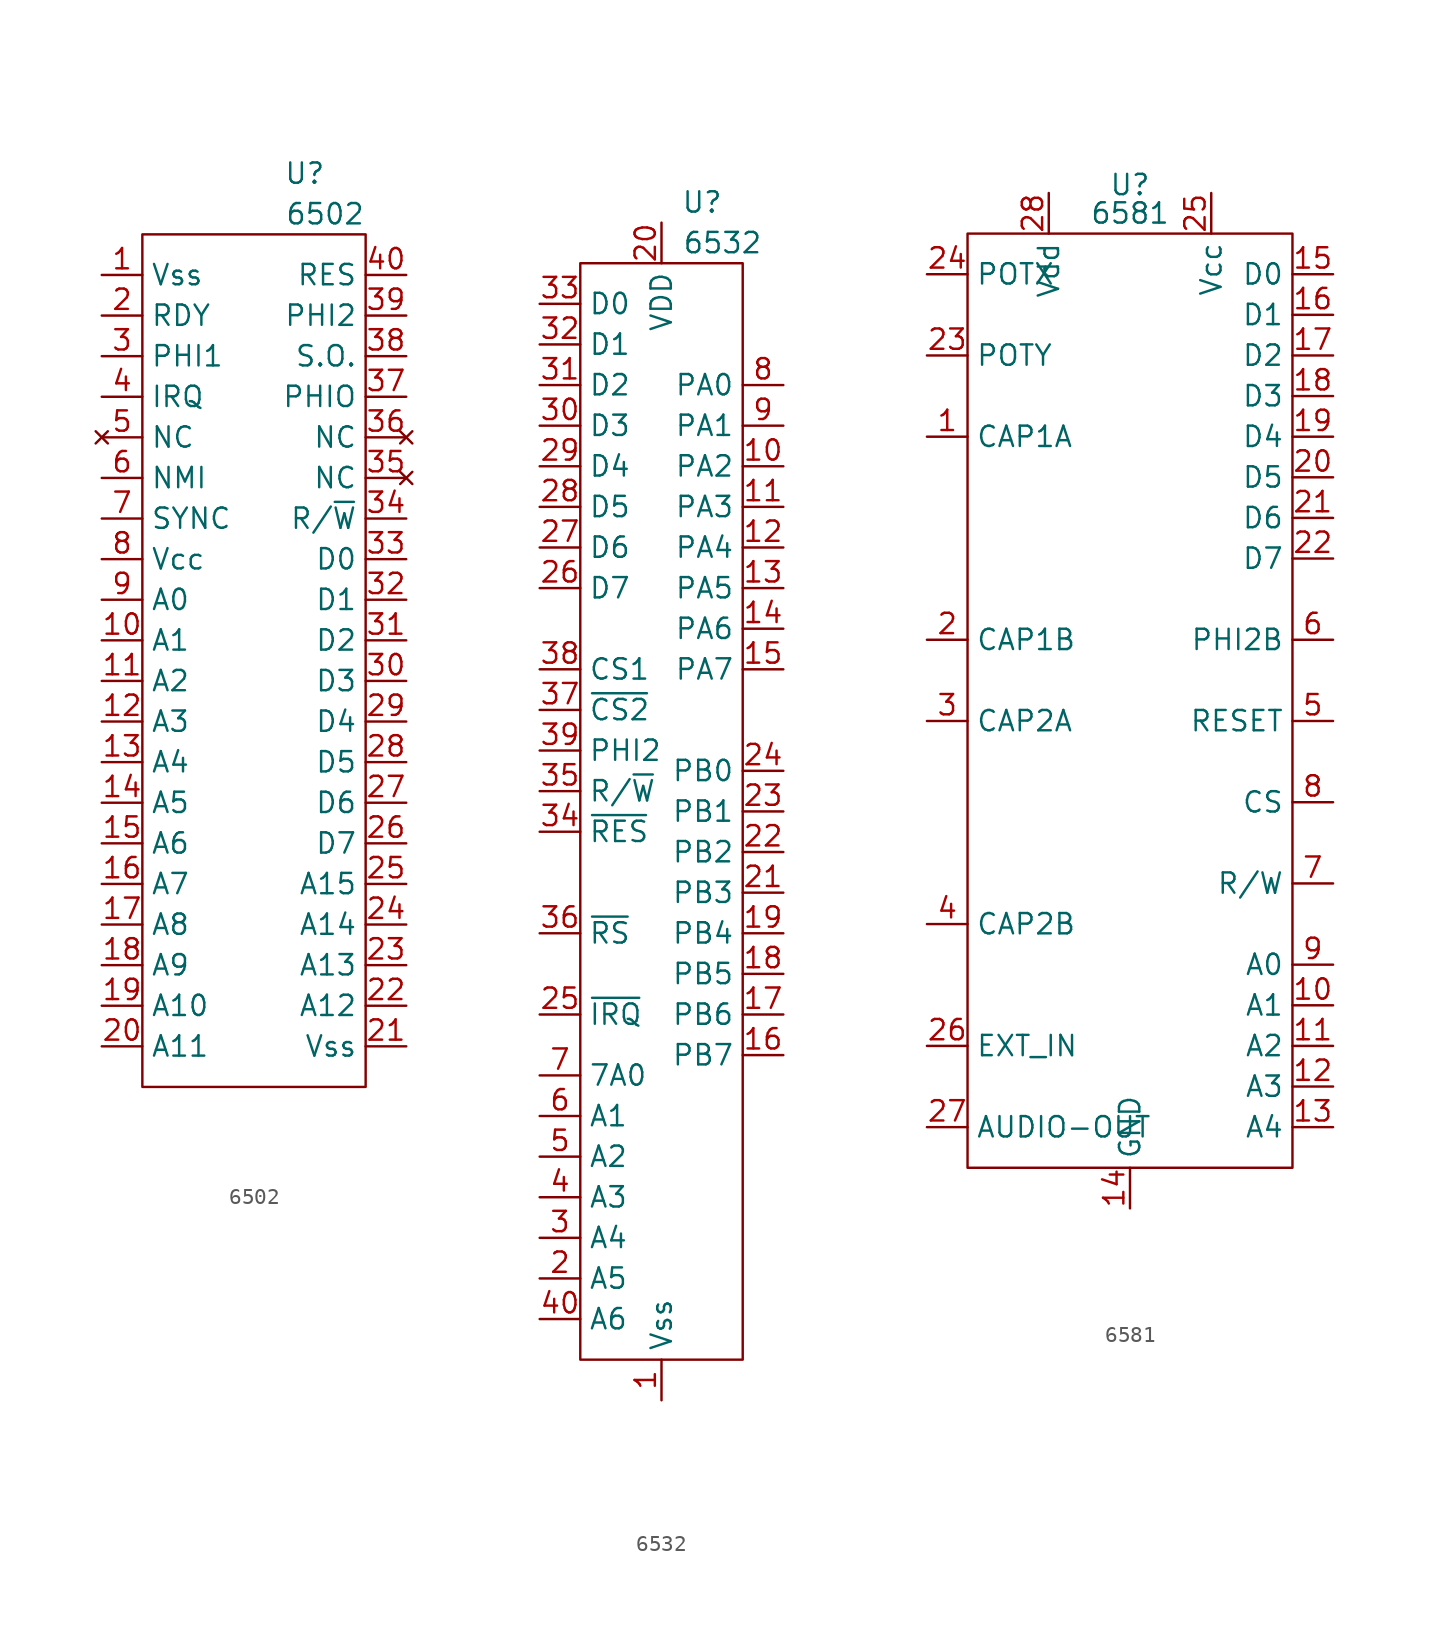
<source format=kicad_sym>
(kicad_symbol_lib
  (version 20231120)
  (generator "kicad_symbol_editor")
  (generator_version "8.0")
  (symbol "6502"
    (property "Reference" "U"
      (at 2.54 3.81 0)
      (effects (font (size 1.27 1.27))))
    (property "Value" "6502"
      (at 3.81 1.27 0)
      (effects (font (size 1.27 1.27))))
    (symbol "6502_0_1"
      (rectangle (start -7.62 0) (end 6.35 -53.34) (stroke (width 0.152) (type default)) (fill (type none))))
    (symbol "6502_1_1"
      (pin power_in line (at -10.16 -2.54 0) (length 2.54) (name "Vss" (effects (font (size 1.27 1.27)))) (number "1" (effects (font (size 1.27 1.27)))))
      (pin output line (at -10.16 -25.4 0) (length 2.54) (name "A1" (effects (font (size 1.27 1.27)))) (number "10" (effects (font (size 1.27 1.27)))))
      (pin output line (at -10.16 -27.94 0) (length 2.54) (name "A2" (effects (font (size 1.27 1.27)))) (number "11" (effects (font (size 1.27 1.27)))))
      (pin output line (at -10.16 -30.48 0) (length 2.54) (name "A3" (effects (font (size 1.27 1.27)))) (number "12" (effects (font (size 1.27 1.27)))))
      (pin output line (at -10.16 -33.02 0) (length 2.54) (name "A4" (effects (font (size 1.27 1.27)))) (number "13" (effects (font (size 1.27 1.27)))))
      (pin output line (at -10.16 -35.56 0) (length 2.54) (name "A5" (effects (font (size 1.27 1.27)))) (number "14" (effects (font (size 1.27 1.27)))))
      (pin output line (at -10.16 -38.1 0) (length 2.54) (name "A6" (effects (font (size 1.27 1.27)))) (number "15" (effects (font (size 1.27 1.27)))))
      (pin output line (at -10.16 -40.64 0) (length 2.54) (name "A7" (effects (font (size 1.27 1.27)))) (number "16" (effects (font (size 1.27 1.27)))))
      (pin output line (at -10.16 -43.18 0) (length 2.54) (name "A8" (effects (font (size 1.27 1.27)))) (number "17" (effects (font (size 1.27 1.27)))))
      (pin output line (at -10.16 -45.72 0) (length 2.54) (name "A9" (effects (font (size 1.27 1.27)))) (number "18" (effects (font (size 1.27 1.27)))))
      (pin output line (at -10.16 -48.26 0) (length 2.54) (name "A10" (effects (font (size 1.27 1.27)))) (number "19" (effects (font (size 1.27 1.27)))))
      (pin input line (at -10.16 -5.08 0) (length 2.54) (name "RDY" (effects (font (size 1.27 1.27)))) (number "2" (effects (font (size 1.27 1.27)))))
      (pin output line (at -10.16 -50.8 0) (length 2.54) (name "A11" (effects (font (size 1.27 1.27)))) (number "20" (effects (font (size 1.27 1.27)))))
      (pin power_in line (at 8.89 -50.8 180) (length 2.54) (name "Vss" (effects (font (size 1.27 1.27)))) (number "21" (effects (font (size 1.27 1.27)))))
      (pin output line (at 8.89 -48.26 180) (length 2.54) (name "A12" (effects (font (size 1.27 1.27)))) (number "22" (effects (font (size 1.27 1.27)))))
      (pin output line (at 8.89 -45.72 180) (length 2.54) (name "A13" (effects (font (size 1.27 1.27)))) (number "23" (effects (font (size 1.27 1.27)))))
      (pin output line (at 8.89 -43.18 180) (length 2.54) (name "A14" (effects (font (size 1.27 1.27)))) (number "24" (effects (font (size 1.27 1.27)))))
      (pin output line (at 8.89 -40.64 180) (length 2.54) (name "A15" (effects (font (size 1.27 1.27)))) (number "25" (effects (font (size 1.27 1.27)))))
      (pin bidirectional line (at 8.89 -38.1 180) (length 2.54) (name "D7" (effects (font (size 1.27 1.27)))) (number "26" (effects (font (size 1.27 1.27)))))
      (pin bidirectional line (at 8.89 -35.56 180) (length 2.54) (name "D6" (effects (font (size 1.27 1.27)))) (number "27" (effects (font (size 1.27 1.27)))))
      (pin bidirectional line (at 8.89 -33.02 180) (length 2.54) (name "D5" (effects (font (size 1.27 1.27)))) (number "28" (effects (font (size 1.27 1.27)))))
      (pin bidirectional line (at 8.89 -30.48 180) (length 2.54) (name "D4" (effects (font (size 1.27 1.27)))) (number "29" (effects (font (size 1.27 1.27)))))
      (pin output line (at -10.16 -7.62 0) (length 2.54) (name "PHI1" (effects (font (size 1.27 1.27)))) (number "3" (effects (font (size 1.27 1.27)))))
      (pin bidirectional line (at 8.89 -27.94 180) (length 2.54) (name "D3" (effects (font (size 1.27 1.27)))) (number "30" (effects (font (size 1.27 1.27)))))
      (pin bidirectional line (at 8.89 -25.4 180) (length 2.54) (name "D2" (effects (font (size 1.27 1.27)))) (number "31" (effects (font (size 1.27 1.27)))))
      (pin bidirectional line (at 8.89 -22.86 180) (length 2.54) (name "D1" (effects (font (size 1.27 1.27)))) (number "32" (effects (font (size 1.27 1.27)))))
      (pin bidirectional line (at 8.89 -20.32 180) (length 2.54) (name "D0" (effects (font (size 1.27 1.27)))) (number "33" (effects (font (size 1.27 1.27)))))
      (pin output line (at 8.89 -17.78 180) (length 2.54) (name "R/~{W}" (effects (font (size 1.27 1.27)))) (number "34" (effects (font (size 1.27 1.27)))))
      (pin no_connect line (at 8.89 -15.24 180) (length 2.54) (name "NC" (effects (font (size 1.27 1.27)))) (number "35" (effects (font (size 1.27 1.27)))))
      (pin no_connect line (at 8.89 -12.7 180) (length 2.54) (name "NC" (effects (font (size 1.27 1.27)))) (number "36" (effects (font (size 1.27 1.27)))))
      (pin input line (at 8.89 -10.16 180) (length 2.54) (name "PHIO" (effects (font (size 1.27 1.27)))) (number "37" (effects (font (size 1.27 1.27)))))
      (pin input line (at 8.89 -7.62 180) (length 2.54) (name "S.O." (effects (font (size 1.27 1.27)))) (number "38" (effects (font (size 1.27 1.27)))))
      (pin output line (at 8.89 -5.08 180) (length 2.54) (name "PHI2" (effects (font (size 1.27 1.27)))) (number "39" (effects (font (size 1.27 1.27)))))
      (pin input line (at -10.16 -10.16 0) (length 2.54) (name "IRQ" (effects (font (size 1.27 1.27)))) (number "4" (effects (font (size 1.27 1.27)))))
      (pin input line (at 8.89 -2.54 180) (length 2.54) (name "RES" (effects (font (size 1.27 1.27)))) (number "40" (effects (font (size 1.27 1.27)))))
      (pin no_connect line (at -10.16 -12.7 0) (length 2.54) (name "NC" (effects (font (size 1.27 1.27)))) (number "5" (effects (font (size 1.27 1.27)))))
      (pin input line (at -10.16 -15.24 0) (length 2.54) (name "NMI" (effects (font (size 1.27 1.27)))) (number "6" (effects (font (size 1.27 1.27)))))
      (pin output line (at -10.16 -17.78 0) (length 2.54) (name "SYNC" (effects (font (size 1.27 1.27)))) (number "7" (effects (font (size 1.27 1.27)))))
      (pin power_in line (at -10.16 -20.32 0) (length 2.54) (name "Vcc" (effects (font (size 1.27 1.27)))) (number "8" (effects (font (size 1.27 1.27)))))
      (pin output line (at -10.16 -22.86 0) (length 2.54) (name "A0" (effects (font (size 1.27 1.27)))) (number "9" (effects (font (size 1.27 1.27)))))))
  (symbol "6532"
    (property "Reference" "U"
      (at 2.54 3.81 0)
      (effects (font (size 1.27 1.27))))
    (property "Value" "6532"
      (at 3.81 1.27 0)
      (effects (font (size 1.27 1.27))))
    (symbol "6532_0_1"
      (rectangle (start -5.08 0) (end 5.08 -68.58) (stroke (width 0.152) (type default)) (fill (type none))))
    (symbol "6532_1_1"
      (pin power_in line (at 0 -71.12 90) (length 2.54) (name "Vss" (effects (font (size 1.27 1.27)))) (number "1" (effects (font (size 1.27 1.27)))))
      (pin bidirectional line (at 7.62 -12.7 180) (length 2.54) (name "PA2" (effects (font (size 1.27 1.27)))) (number "10" (effects (font (size 1.27 1.27)))))
      (pin bidirectional line (at 7.62 -15.24 180) (length 2.54) (name "PA3" (effects (font (size 1.27 1.27)))) (number "11" (effects (font (size 1.27 1.27)))))
      (pin bidirectional line (at 7.62 -17.78 180) (length 2.54) (name "PA4" (effects (font (size 1.27 1.27)))) (number "12" (effects (font (size 1.27 1.27)))))
      (pin bidirectional line (at 7.62 -20.32 180) (length 2.54) (name "PA5" (effects (font (size 1.27 1.27)))) (number "13" (effects (font (size 1.27 1.27)))))
      (pin bidirectional line (at 7.62 -22.86 180) (length 2.54) (name "PA6" (effects (font (size 1.27 1.27)))) (number "14" (effects (font (size 1.27 1.27)))))
      (pin bidirectional line (at 7.62 -25.4 180) (length 2.54) (name "PA7" (effects (font (size 1.27 1.27)))) (number "15" (effects (font (size 1.27 1.27)))))
      (pin bidirectional line (at 7.62 -49.53 180) (length 2.54) (name "PB7" (effects (font (size 1.27 1.27)))) (number "16" (effects (font (size 1.27 1.27)))))
      (pin bidirectional line (at 7.62 -46.99 180) (length 2.54) (name "PB6" (effects (font (size 1.27 1.27)))) (number "17" (effects (font (size 1.27 1.27)))))
      (pin bidirectional line (at 7.62 -44.45 180) (length 2.54) (name "PB5" (effects (font (size 1.27 1.27)))) (number "18" (effects (font (size 1.27 1.27)))))
      (pin bidirectional line (at 7.62 -41.91 180) (length 2.54) (name "PB4" (effects (font (size 1.27 1.27)))) (number "19" (effects (font (size 1.27 1.27)))))
      (pin input line (at -7.62 -63.5 0) (length 2.54) (name "A5" (effects (font (size 1.27 1.27)))) (number "2" (effects (font (size 1.27 1.27)))))
      (pin power_in line (at 0 2.54 270) (length 2.54) (name "VDD" (effects (font (size 1.27 1.27)))) (number "20" (effects (font (size 1.27 1.27)))))
      (pin bidirectional line (at 7.62 -39.37 180) (length 2.54) (name "PB3" (effects (font (size 1.27 1.27)))) (number "21" (effects (font (size 1.27 1.27)))))
      (pin bidirectional line (at 7.62 -36.83 180) (length 2.54) (name "PB2" (effects (font (size 1.27 1.27)))) (number "22" (effects (font (size 1.27 1.27)))))
      (pin bidirectional line (at 7.62 -34.29 180) (length 2.54) (name "PB1" (effects (font (size 1.27 1.27)))) (number "23" (effects (font (size 1.27 1.27)))))
      (pin bidirectional line (at 7.62 -31.75 180) (length 2.54) (name "PB0" (effects (font (size 1.27 1.27)))) (number "24" (effects (font (size 1.27 1.27)))))
      (pin output line (at -7.62 -46.99 0) (length 2.54) (name "~{IRQ}" (effects (font (size 1.27 1.27)))) (number "25" (effects (font (size 1.27 1.27)))))
      (pin bidirectional line (at -7.62 -20.32 0) (length 2.54) (name "D7" (effects (font (size 1.27 1.27)))) (number "26" (effects (font (size 1.27 1.27)))))
      (pin bidirectional line (at -7.62 -17.78 0) (length 2.54) (name "D6" (effects (font (size 1.27 1.27)))) (number "27" (effects (font (size 1.27 1.27)))))
      (pin bidirectional line (at -7.62 -15.24 0) (length 2.54) (name "D5" (effects (font (size 1.27 1.27)))) (number "28" (effects (font (size 1.27 1.27)))))
      (pin bidirectional line (at -7.62 -12.7 0) (length 2.54) (name "D4" (effects (font (size 1.27 1.27)))) (number "29" (effects (font (size 1.27 1.27)))))
      (pin input line (at -7.62 -60.96 0) (length 2.54) (name "A4" (effects (font (size 1.27 1.27)))) (number "3" (effects (font (size 1.27 1.27)))))
      (pin bidirectional line (at -7.62 -10.16 0) (length 2.54) (name "D3" (effects (font (size 1.27 1.27)))) (number "30" (effects (font (size 1.27 1.27)))))
      (pin bidirectional line (at -7.62 -7.62 0) (length 2.54) (name "D2" (effects (font (size 1.27 1.27)))) (number "31" (effects (font (size 1.27 1.27)))))
      (pin bidirectional line (at -7.62 -5.08 0) (length 2.54) (name "D1" (effects (font (size 1.27 1.27)))) (number "32" (effects (font (size 1.27 1.27)))))
      (pin bidirectional line (at -7.62 -2.54 0) (length 2.54) (name "D0" (effects (font (size 1.27 1.27)))) (number "33" (effects (font (size 1.27 1.27)))))
      (pin input line (at -7.62 -35.56 0) (length 2.54) (name "~{RES}" (effects (font (size 1.27 1.27)))) (number "34" (effects (font (size 1.27 1.27)))))
      (pin input line (at -7.62 -33.02 0) (length 2.54) (name "R/~{W}" (effects (font (size 1.27 1.27)))) (number "35" (effects (font (size 1.27 1.27)))))
      (pin input line (at -7.62 -41.91 0) (length 2.54) (name "~{RS}" (effects (font (size 1.27 1.27)))) (number "36" (effects (font (size 1.27 1.27)))))
      (pin input line (at -7.62 -27.94 0) (length 2.54) (name "~{CS2}" (effects (font (size 1.27 1.27)))) (number "37" (effects (font (size 1.27 1.27)))))
      (pin input line (at -7.62 -25.4 0) (length 2.54) (name "CS1" (effects (font (size 1.27 1.27)))) (number "38" (effects (font (size 1.27 1.27)))))
      (pin input line (at -7.62 -30.48 0) (length 2.54) (name "PHI2" (effects (font (size 1.27 1.27)))) (number "39" (effects (font (size 1.27 1.27)))))
      (pin input line (at -7.62 -58.42 0) (length 2.54) (name "A3" (effects (font (size 1.27 1.27)))) (number "4" (effects (font (size 1.27 1.27)))))
      (pin input line (at -7.62 -66.04 0) (length 2.54) (name "A6" (effects (font (size 1.27 1.27)))) (number "40" (effects (font (size 1.27 1.27)))))
      (pin input line (at -7.62 -55.88 0) (length 2.54) (name "A2" (effects (font (size 1.27 1.27)))) (number "5" (effects (font (size 1.27 1.27)))))
      (pin input line (at -7.62 -53.34 0) (length 2.54) (name "A1" (effects (font (size 1.27 1.27)))) (number "6" (effects (font (size 1.27 1.27)))))
      (pin input line (at -7.62 -50.8 0) (length 2.54) (name "7A0" (effects (font (size 1.27 1.27)))) (number "7" (effects (font (size 1.27 1.27)))))
      (pin bidirectional line (at 7.62 -7.62 180) (length 2.54) (name "PA0" (effects (font (size 1.27 1.27)))) (number "8" (effects (font (size 1.27 1.27)))))
      (pin bidirectional line (at 7.62 -10.16 180) (length 2.54) (name "PA1" (effects (font (size 1.27 1.27)))) (number "9" (effects (font (size 1.27 1.27)))))))
  (symbol "6581"
    (property "Reference" "U"
      (at 0 3.048 0)
      (effects (font (size 1.27 1.27))))
    (property "Value" "6581"
      (at 0 1.27 0)
      (effects (font (size 1.27 1.27))))
    (symbol "6581_0_1"
      (rectangle (start -10.16 0) (end 10.16 -58.42) (stroke (width 0.152) (type default)) (fill (type none))))
    (symbol "6581_1_1"
      (pin input line (at -12.7 -12.7 0) (length 2.54) (name "CAP1A" (effects (font (size 1.27 1.27)))) (number "1" (effects (font (size 1.27 1.27)))))
      (pin input line (at 12.7 -48.26 180) (length 2.54) (name "A1" (effects (font (size 1.27 1.27)))) (number "10" (effects (font (size 1.27 1.27)))))
      (pin input line (at 12.7 -50.8 180) (length 2.54) (name "A2" (effects (font (size 1.27 1.27)))) (number "11" (effects (font (size 1.27 1.27)))))
      (pin input line (at 12.7 -53.34 180) (length 2.54) (name "A3" (effects (font (size 1.27 1.27)))) (number "12" (effects (font (size 1.27 1.27)))))
      (pin input line (at 12.7 -55.88 180) (length 2.54) (name "A4" (effects (font (size 1.27 1.27)))) (number "13" (effects (font (size 1.27 1.27)))))
      (pin power_in line (at 0 -60.96 90) (length 2.54) (name "GND" (effects (font (size 1.27 1.27)))) (number "14" (effects (font (size 1.27 1.27)))))
      (pin bidirectional line (at 12.7 -2.54 180) (length 2.54) (name "D0" (effects (font (size 1.27 1.27)))) (number "15" (effects (font (size 1.27 1.27)))))
      (pin bidirectional line (at 12.7 -5.08 180) (length 2.54) (name "D1" (effects (font (size 1.27 1.27)))) (number "16" (effects (font (size 1.27 1.27)))))
      (pin bidirectional line (at 12.7 -7.62 180) (length 2.54) (name "D2" (effects (font (size 1.27 1.27)))) (number "17" (effects (font (size 1.27 1.27)))))
      (pin bidirectional line (at 12.7 -10.16 180) (length 2.54) (name "D3" (effects (font (size 1.27 1.27)))) (number "18" (effects (font (size 1.27 1.27)))))
      (pin bidirectional line (at 12.7 -12.7 180) (length 2.54) (name "D4" (effects (font (size 1.27 1.27)))) (number "19" (effects (font (size 1.27 1.27)))))
      (pin input line (at -12.7 -25.4 0) (length 2.54) (name "CAP1B" (effects (font (size 1.27 1.27)))) (number "2" (effects (font (size 1.27 1.27)))))
      (pin bidirectional line (at 12.7 -15.24 180) (length 2.54) (name "D5" (effects (font (size 1.27 1.27)))) (number "20" (effects (font (size 1.27 1.27)))))
      (pin bidirectional line (at 12.7 -17.78 180) (length 2.54) (name "D6" (effects (font (size 1.27 1.27)))) (number "21" (effects (font (size 1.27 1.27)))))
      (pin bidirectional line (at 12.7 -20.32 180) (length 2.54) (name "D7" (effects (font (size 1.27 1.27)))) (number "22" (effects (font (size 1.27 1.27)))))
      (pin input line (at -12.7 -7.62 0) (length 2.54) (name "POTY" (effects (font (size 1.27 1.27)))) (number "23" (effects (font (size 1.27 1.27)))))
      (pin input line (at -12.7 -2.54 0) (length 2.54) (name "POTX" (effects (font (size 1.27 1.27)))) (number "24" (effects (font (size 1.27 1.27)))))
      (pin power_in line (at 5.08 2.54 270) (length 2.54) (name "Vcc" (effects (font (size 1.27 1.27)))) (number "25" (effects (font (size 1.27 1.27)))))
      (pin input line (at -12.7 -50.8 0) (length 2.54) (name "EXT_IN" (effects (font (size 1.27 1.27)))) (number "26" (effects (font (size 1.27 1.27)))))
      (pin input line (at -12.7 -55.88 0) (length 2.54) (name "AUDIO-OUT" (effects (font (size 1.27 1.27)))) (number "27" (effects (font (size 1.27 1.27)))))
      (pin power_in line (at -5.08 2.54 270) (length 2.54) (name "Vdd" (effects (font (size 1.27 1.27)))) (number "28" (effects (font (size 1.27 1.27)))))
      (pin input line (at -12.7 -30.48 0) (length 2.54) (name "CAP2A" (effects (font (size 1.27 1.27)))) (number "3" (effects (font (size 1.27 1.27)))))
      (pin input line (at -12.7 -43.18 0) (length 2.54) (name "CAP2B" (effects (font (size 1.27 1.27)))) (number "4" (effects (font (size 1.27 1.27)))))
      (pin input line (at 12.7 -30.48 180) (length 2.54) (name "RESET" (effects (font (size 1.27 1.27)))) (number "5" (effects (font (size 1.27 1.27)))))
      (pin input line (at 12.7 -25.4 180) (length 2.54) (name "PHI2B" (effects (font (size 1.27 1.27)))) (number "6" (effects (font (size 1.27 1.27)))))
      (pin input line (at 12.7 -40.64 180) (length 2.54) (name "R/W" (effects (font (size 1.27 1.27)))) (number "7" (effects (font (size 1.27 1.27)))))
      (pin input line (at 12.7 -35.56 180) (length 2.54) (name "CS" (effects (font (size 1.27 1.27)))) (number "8" (effects (font (size 1.27 1.27)))))
      (pin input line (at 12.7 -45.72 180) (length 2.54) (name "A0" (effects (font (size 1.27 1.27)))) (number "9" (effects (font (size 1.27 1.27))))))))
</source>
